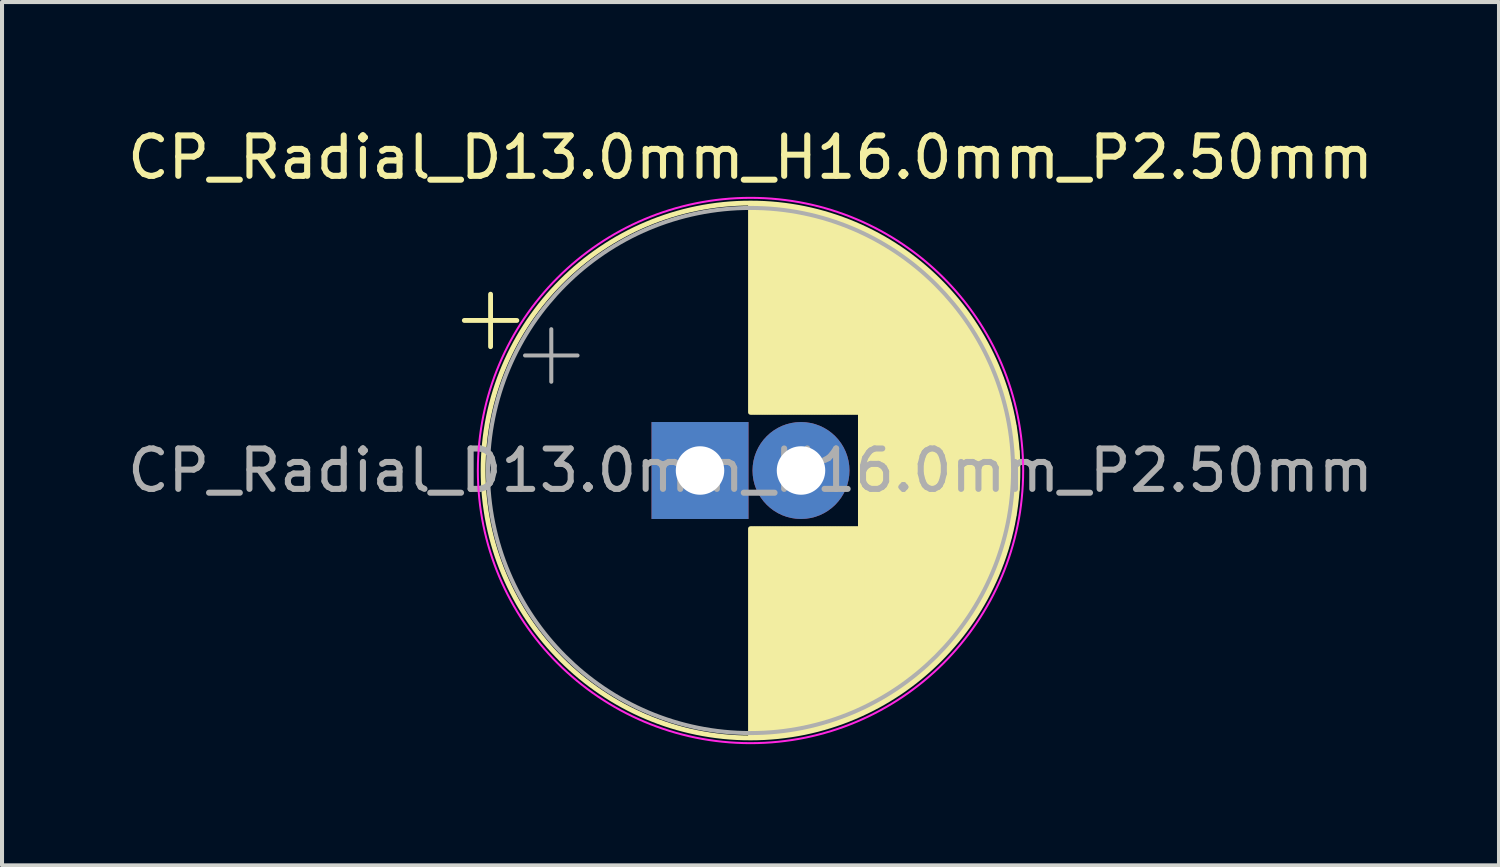
<source format=kicad_pcb>
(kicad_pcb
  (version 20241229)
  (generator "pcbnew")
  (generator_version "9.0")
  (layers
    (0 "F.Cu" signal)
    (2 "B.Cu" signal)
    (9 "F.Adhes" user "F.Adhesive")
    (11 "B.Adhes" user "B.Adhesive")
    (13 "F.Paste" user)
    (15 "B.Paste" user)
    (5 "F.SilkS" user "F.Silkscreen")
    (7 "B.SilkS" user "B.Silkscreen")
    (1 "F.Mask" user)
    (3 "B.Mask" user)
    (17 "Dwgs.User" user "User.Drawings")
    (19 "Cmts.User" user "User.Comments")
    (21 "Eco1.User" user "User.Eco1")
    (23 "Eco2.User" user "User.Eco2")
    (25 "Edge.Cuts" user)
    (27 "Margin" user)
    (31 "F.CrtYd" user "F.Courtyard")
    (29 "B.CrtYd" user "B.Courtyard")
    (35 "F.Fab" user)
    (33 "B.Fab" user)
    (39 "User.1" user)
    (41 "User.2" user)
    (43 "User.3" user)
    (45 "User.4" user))
  (footprint "CP_Radial_D13.0mm_H16.0mm_P2.50mm"
    (layer "F.Cu")
    (at 14.28 8.598)
    (property "Reference" "CP_Radial_D13.0mm_H16.0mm_P2.50mm" (at 1.25 -7.75 0) (layer "F.SilkS") (effects (font (size 1 1) (thickness 0.15))))
    (attr through_hole)
    (fp_line (start -5.835 -3.715) (end -4.535 -3.715) (stroke (width 0.12) (type solid)) (layer "F.SilkS"))
    (fp_line (start -5.185 -4.365) (end -5.185 -3.065) (stroke (width 0.12) (type solid)) (layer "F.SilkS"))
    (fp_line (start 1.25 -6.58) (end 1.25 -1.44) (stroke (width 0.12) (type solid)) (layer "F.SilkS"))
    (fp_line (start 1.25 1.44) (end 1.25 6.58) (stroke (width 0.12) (type solid)) (layer "F.SilkS"))
    (fp_line (start 1.29 -6.58) (end 1.29 -1.44) (stroke (width 0.12) (type solid)) (layer "F.SilkS"))
    (fp_line (start 1.29 1.44) (end 1.29 6.58) (stroke (width 0.12) (type solid)) (layer "F.SilkS"))
    (fp_line (start 1.33 -6.58) (end 1.33 -1.44) (stroke (width 0.12) (type solid)) (layer "F.SilkS"))
    (fp_line (start 1.33 1.44) (end 1.33 6.58) (stroke (width 0.12) (type solid)) (layer "F.SilkS"))
    (fp_line (start 1.37 -6.579) (end 1.37 -1.44) (stroke (width 0.12) (type solid)) (layer "F.SilkS"))
    (fp_line (start 1.37 1.44) (end 1.37 6.579) (stroke (width 0.12) (type solid)) (layer "F.SilkS"))
    (fp_line (start 1.41 -6.579) (end 1.41 -1.44) (stroke (width 0.12) (type solid)) (layer "F.SilkS"))
    (fp_line (start 1.41 1.44) (end 1.41 6.579) (stroke (width 0.12) (type solid)) (layer "F.SilkS"))
    (fp_line (start 1.45 -6.577) (end 1.45 -1.44) (stroke (width 0.12) (type solid)) (layer "F.SilkS"))
    (fp_line (start 1.45 1.44) (end 1.45 6.577) (stroke (width 0.12) (type solid)) (layer "F.SilkS"))
    (fp_line (start 1.49 -6.576) (end 1.49 -1.44) (stroke (width 0.12) (type solid)) (layer "F.SilkS"))
    (fp_line (start 1.49 1.44) (end 1.49 6.576) (stroke (width 0.12) (type solid)) (layer "F.SilkS"))
    (fp_line (start 1.53 -6.575) (end 1.53 -1.44) (stroke (width 0.12) (type solid)) (layer "F.SilkS"))
    (fp_line (start 1.53 1.44) (end 1.53 6.575) (stroke (width 0.12) (type solid)) (layer "F.SilkS"))
    (fp_line (start 1.57 -6.573) (end 1.57 -1.44) (stroke (width 0.12) (type solid)) (layer "F.SilkS"))
    (fp_line (start 1.57 1.44) (end 1.57 6.573) (stroke (width 0.12) (type solid)) (layer "F.SilkS"))
    (fp_line (start 1.61 -6.571) (end 1.61 -1.44) (stroke (width 0.12) (type solid)) (layer "F.SilkS"))
    (fp_line (start 1.61 1.44) (end 1.61 6.571) (stroke (width 0.12) (type solid)) (layer "F.SilkS"))
    (fp_line (start 1.65 -6.568) (end 1.65 -1.44) (stroke (width 0.12) (type solid)) (layer "F.SilkS"))
    (fp_line (start 1.65 1.44) (end 1.65 6.568) (stroke (width 0.12) (type solid)) (layer "F.SilkS"))
    (fp_line (start 1.69 -6.566) (end 1.69 -1.44) (stroke (width 0.12) (type solid)) (layer "F.SilkS"))
    (fp_line (start 1.69 1.44) (end 1.69 6.566) (stroke (width 0.12) (type solid)) (layer "F.SilkS"))
    (fp_line (start 1.73 -6.563) (end 1.73 -1.44) (stroke (width 0.12) (type solid)) (layer "F.SilkS"))
    (fp_line (start 1.73 1.44) (end 1.73 6.563) (stroke (width 0.12) (type solid)) (layer "F.SilkS"))
    (fp_line (start 1.77 -6.56) (end 1.77 -1.44) (stroke (width 0.12) (type solid)) (layer "F.SilkS"))
    (fp_line (start 1.77 1.44) (end 1.77 6.56) (stroke (width 0.12) (type solid)) (layer "F.SilkS"))
    (fp_line (start 1.81 -6.557) (end 1.81 -1.44) (stroke (width 0.12) (type solid)) (layer "F.SilkS"))
    (fp_line (start 1.81 1.44) (end 1.81 6.557) (stroke (width 0.12) (type solid)) (layer "F.SilkS"))
    (fp_line (start 1.85 -6.553) (end 1.85 -1.44) (stroke (width 0.12) (type solid)) (layer "F.SilkS"))
    (fp_line (start 1.85 1.44) (end 1.85 6.553) (stroke (width 0.12) (type solid)) (layer "F.SilkS"))
    (fp_line (start 1.89 -6.549) (end 1.89 -1.44) (stroke (width 0.12) (type solid)) (layer "F.SilkS"))
    (fp_line (start 1.89 1.44) (end 1.89 6.549) (stroke (width 0.12) (type solid)) (layer "F.SilkS"))
    (fp_line (start 1.93 -6.545) (end 1.93 -1.44) (stroke (width 0.12) (type solid)) (layer "F.SilkS"))
    (fp_line (start 1.93 1.44) (end 1.93 6.545) (stroke (width 0.12) (type solid)) (layer "F.SilkS"))
    (fp_line (start 1.971 -6.541) (end 1.971 -1.44) (stroke (width 0.12) (type solid)) (layer "F.SilkS"))
    (fp_line (start 1.971 1.44) (end 1.971 6.541) (stroke (width 0.12) (type solid)) (layer "F.SilkS"))
    (fp_line (start 2.011 -6.537) (end 2.011 -1.44) (stroke (width 0.12) (type solid)) (layer "F.SilkS"))
    (fp_line (start 2.011 1.44) (end 2.011 6.537) (stroke (width 0.12) (type solid)) (layer "F.SilkS"))
    (fp_line (start 2.051 -6.532) (end 2.051 -1.44) (stroke (width 0.12) (type solid)) (layer "F.SilkS"))
    (fp_line (start 2.051 1.44) (end 2.051 6.532) (stroke (width 0.12) (type solid)) (layer "F.SilkS"))
    (fp_line (start 2.091 -6.527) (end 2.091 -1.44) (stroke (width 0.12) (type solid)) (layer "F.SilkS"))
    (fp_line (start 2.091 1.44) (end 2.091 6.527) (stroke (width 0.12) (type solid)) (layer "F.SilkS"))
    (fp_line (start 2.131 -6.522) (end 2.131 -1.44) (stroke (width 0.12) (type solid)) (layer "F.SilkS"))
    (fp_line (start 2.131 1.44) (end 2.131 6.522) (stroke (width 0.12) (type solid)) (layer "F.SilkS"))
    (fp_line (start 2.171 -6.516) (end 2.171 -1.44) (stroke (width 0.12) (type solid)) (layer "F.SilkS"))
    (fp_line (start 2.171 1.44) (end 2.171 6.516) (stroke (width 0.12) (type solid)) (layer "F.SilkS"))
    (fp_line (start 2.211 -6.511) (end 2.211 -1.44) (stroke (width 0.12) (type solid)) (layer "F.SilkS"))
    (fp_line (start 2.211 1.44) (end 2.211 6.511) (stroke (width 0.12) (type solid)) (layer "F.SilkS"))
    (fp_line (start 2.251 -6.505) (end 2.251 -1.44) (stroke (width 0.12) (type solid)) (layer "F.SilkS"))
    (fp_line (start 2.251 1.44) (end 2.251 6.505) (stroke (width 0.12) (type solid)) (layer "F.SilkS"))
    (fp_line (start 2.291 -6.498) (end 2.291 -1.44) (stroke (width 0.12) (type solid)) (layer "F.SilkS"))
    (fp_line (start 2.291 1.44) (end 2.291 6.498) (stroke (width 0.12) (type solid)) (layer "F.SilkS"))
    (fp_line (start 2.331 -6.492) (end 2.331 -1.44) (stroke (width 0.12) (type solid)) (layer "F.SilkS"))
    (fp_line (start 2.331 1.44) (end 2.331 6.492) (stroke (width 0.12) (type solid)) (layer "F.SilkS"))
    (fp_line (start 2.371 -6.485) (end 2.371 -1.44) (stroke (width 0.12) (type solid)) (layer "F.SilkS"))
    (fp_line (start 2.371 1.44) (end 2.371 6.485) (stroke (width 0.12) (type solid)) (layer "F.SilkS"))
    (fp_line (start 2.411 -6.478) (end 2.411 -1.44) (stroke (width 0.12) (type solid)) (layer "F.SilkS"))
    (fp_line (start 2.411 1.44) (end 2.411 6.478) (stroke (width 0.12) (type solid)) (layer "F.SilkS"))
    (fp_line (start 2.451 -6.471) (end 2.451 -1.44) (stroke (width 0.12) (type solid)) (layer "F.SilkS"))
    (fp_line (start 2.451 1.44) (end 2.451 6.471) (stroke (width 0.12) (type solid)) (layer "F.SilkS"))
    (fp_line (start 2.491 -6.463) (end 2.491 -1.44) (stroke (width 0.12) (type solid)) (layer "F.SilkS"))
    (fp_line (start 2.491 1.44) (end 2.491 6.463) (stroke (width 0.12) (type solid)) (layer "F.SilkS"))
    (fp_line (start 2.531 -6.456) (end 2.531 -1.44) (stroke (width 0.12) (type solid)) (layer "F.SilkS"))
    (fp_line (start 2.531 1.44) (end 2.531 6.456) (stroke (width 0.12) (type solid)) (layer "F.SilkS"))
    (fp_line (start 2.571 -6.448) (end 2.571 -1.44) (stroke (width 0.12) (type solid)) (layer "F.SilkS"))
    (fp_line (start 2.571 1.44) (end 2.571 6.448) (stroke (width 0.12) (type solid)) (layer "F.SilkS"))
    (fp_line (start 2.611 -6.439) (end 2.611 -1.44) (stroke (width 0.12) (type solid)) (layer "F.SilkS"))
    (fp_line (start 2.611 1.44) (end 2.611 6.439) (stroke (width 0.12) (type solid)) (layer "F.SilkS"))
    (fp_line (start 2.651 -6.431) (end 2.651 -1.44) (stroke (width 0.12) (type solid)) (layer "F.SilkS"))
    (fp_line (start 2.651 1.44) (end 2.651 6.431) (stroke (width 0.12) (type solid)) (layer "F.SilkS"))
    (fp_line (start 2.691 -6.422) (end 2.691 -1.44) (stroke (width 0.12) (type solid)) (layer "F.SilkS"))
    (fp_line (start 2.691 1.44) (end 2.691 6.422) (stroke (width 0.12) (type solid)) (layer "F.SilkS"))
    (fp_line (start 2.731 -6.413) (end 2.731 -1.44) (stroke (width 0.12) (type solid)) (layer "F.SilkS"))
    (fp_line (start 2.731 1.44) (end 2.731 6.413) (stroke (width 0.12) (type solid)) (layer "F.SilkS"))
    (fp_line (start 2.771 -6.404) (end 2.771 -1.44) (stroke (width 0.12) (type solid)) (layer "F.SilkS"))
    (fp_line (start 2.771 1.44) (end 2.771 6.404) (stroke (width 0.12) (type solid)) (layer "F.SilkS"))
    (fp_line (start 2.811 -6.394) (end 2.811 -1.44) (stroke (width 0.12) (type solid)) (layer "F.SilkS"))
    (fp_line (start 2.811 1.44) (end 2.811 6.394) (stroke (width 0.12) (type solid)) (layer "F.SilkS"))
    (fp_line (start 2.851 -6.384) (end 2.851 -1.44) (stroke (width 0.12) (type solid)) (layer "F.SilkS"))
    (fp_line (start 2.851 1.44) (end 2.851 6.384) (stroke (width 0.12) (type solid)) (layer "F.SilkS"))
    (fp_line (start 2.891 -6.374) (end 2.891 -1.44) (stroke (width 0.12) (type solid)) (layer "F.SilkS"))
    (fp_line (start 2.891 1.44) (end 2.891 6.374) (stroke (width 0.12) (type solid)) (layer "F.SilkS"))
    (fp_line (start 2.931 -6.364) (end 2.931 -1.44) (stroke (width 0.12) (type solid)) (layer "F.SilkS"))
    (fp_line (start 2.931 1.44) (end 2.931 6.364) (stroke (width 0.12) (type solid)) (layer "F.SilkS"))
    (fp_line (start 2.971 -6.353) (end 2.971 -1.44) (stroke (width 0.12) (type solid)) (layer "F.SilkS"))
    (fp_line (start 2.971 1.44) (end 2.971 6.353) (stroke (width 0.12) (type solid)) (layer "F.SilkS"))
    (fp_line (start 3.011 -6.342) (end 3.011 -1.44) (stroke (width 0.12) (type solid)) (layer "F.SilkS"))
    (fp_line (start 3.011 1.44) (end 3.011 6.342) (stroke (width 0.12) (type solid)) (layer "F.SilkS"))
    (fp_line (start 3.051 -6.331) (end 3.051 -1.44) (stroke (width 0.12) (type solid)) (layer "F.SilkS"))
    (fp_line (start 3.051 1.44) (end 3.051 6.331) (stroke (width 0.12) (type solid)) (layer "F.SilkS"))
    (fp_line (start 3.091 -6.32) (end 3.091 -1.44) (stroke (width 0.12) (type solid)) (layer "F.SilkS"))
    (fp_line (start 3.091 1.44) (end 3.091 6.32) (stroke (width 0.12) (type solid)) (layer "F.SilkS"))
    (fp_line (start 3.131 -6.308) (end 3.131 -1.44) (stroke (width 0.12) (type solid)) (layer "F.SilkS"))
    (fp_line (start 3.131 1.44) (end 3.131 6.308) (stroke (width 0.12) (type solid)) (layer "F.SilkS"))
    (fp_line (start 3.171 -6.296) (end 3.171 -1.44) (stroke (width 0.12) (type solid)) (layer "F.SilkS"))
    (fp_line (start 3.171 1.44) (end 3.171 6.296) (stroke (width 0.12) (type solid)) (layer "F.SilkS"))
    (fp_line (start 3.211 -6.284) (end 3.211 -1.44) (stroke (width 0.12) (type solid)) (layer "F.SilkS"))
    (fp_line (start 3.211 1.44) (end 3.211 6.284) (stroke (width 0.12) (type solid)) (layer "F.SilkS"))
    (fp_line (start 3.251 -6.271) (end 3.251 -1.44) (stroke (width 0.12) (type solid)) (layer "F.SilkS"))
    (fp_line (start 3.251 1.44) (end 3.251 6.271) (stroke (width 0.12) (type solid)) (layer "F.SilkS"))
    (fp_line (start 3.291 -6.258) (end 3.291 -1.44) (stroke (width 0.12) (type solid)) (layer "F.SilkS"))
    (fp_line (start 3.291 1.44) (end 3.291 6.258) (stroke (width 0.12) (type solid)) (layer "F.SilkS"))
    (fp_line (start 3.331 -6.245) (end 3.331 -1.44) (stroke (width 0.12) (type solid)) (layer "F.SilkS"))
    (fp_line (start 3.331 1.44) (end 3.331 6.245) (stroke (width 0.12) (type solid)) (layer "F.SilkS"))
    (fp_line (start 3.371 -6.232) (end 3.371 -1.44) (stroke (width 0.12) (type solid)) (layer "F.SilkS"))
    (fp_line (start 3.371 1.44) (end 3.371 6.232) (stroke (width 0.12) (type solid)) (layer "F.SilkS"))
    (fp_line (start 3.411 -6.218) (end 3.411 -1.44) (stroke (width 0.12) (type solid)) (layer "F.SilkS"))
    (fp_line (start 3.411 1.44) (end 3.411 6.218) (stroke (width 0.12) (type solid)) (layer "F.SilkS"))
    (fp_line (start 3.451 -6.204) (end 3.451 -1.44) (stroke (width 0.12) (type solid)) (layer "F.SilkS"))
    (fp_line (start 3.451 1.44) (end 3.451 6.204) (stroke (width 0.12) (type solid)) (layer "F.SilkS"))
    (fp_line (start 3.491 -6.19) (end 3.491 -1.44) (stroke (width 0.12) (type solid)) (layer "F.SilkS"))
    (fp_line (start 3.491 1.44) (end 3.491 6.19) (stroke (width 0.12) (type solid)) (layer "F.SilkS"))
    (fp_line (start 3.531 -6.175) (end 3.531 -1.44) (stroke (width 0.12) (type solid)) (layer "F.SilkS"))
    (fp_line (start 3.531 1.44) (end 3.531 6.175) (stroke (width 0.12) (type solid)) (layer "F.SilkS"))
    (fp_line (start 3.571 -6.161) (end 3.571 -1.44) (stroke (width 0.12) (type solid)) (layer "F.SilkS"))
    (fp_line (start 3.571 1.44) (end 3.571 6.161) (stroke (width 0.12) (type solid)) (layer "F.SilkS"))
    (fp_line (start 3.611 -6.146) (end 3.611 -1.44) (stroke (width 0.12) (type solid)) (layer "F.SilkS"))
    (fp_line (start 3.611 1.44) (end 3.611 6.146) (stroke (width 0.12) (type solid)) (layer "F.SilkS"))
    (fp_line (start 3.651 -6.13) (end 3.651 -1.44) (stroke (width 0.12) (type solid)) (layer "F.SilkS"))
    (fp_line (start 3.651 1.44) (end 3.651 6.13) (stroke (width 0.12) (type solid)) (layer "F.SilkS"))
    (fp_line (start 3.691 -6.114) (end 3.691 -1.44) (stroke (width 0.12) (type solid)) (layer "F.SilkS"))
    (fp_line (start 3.691 1.44) (end 3.691 6.114) (stroke (width 0.12) (type solid)) (layer "F.SilkS"))
    (fp_line (start 3.731 -6.098) (end 3.731 -1.44) (stroke (width 0.12) (type solid)) (layer "F.SilkS"))
    (fp_line (start 3.731 1.44) (end 3.731 6.098) (stroke (width 0.12) (type solid)) (layer "F.SilkS"))
    (fp_line (start 3.771 -6.082) (end 3.771 -1.44) (stroke (width 0.12) (type solid)) (layer "F.SilkS"))
    (fp_line (start 3.771 1.44) (end 3.771 6.082) (stroke (width 0.12) (type solid)) (layer "F.SilkS"))
    (fp_line (start 3.811 -6.065) (end 3.811 -1.44) (stroke (width 0.12) (type solid)) (layer "F.SilkS"))
    (fp_line (start 3.811 1.44) (end 3.811 6.065) (stroke (width 0.12) (type solid)) (layer "F.SilkS"))
    (fp_line (start 3.851 -6.049) (end 3.851 -1.44) (stroke (width 0.12) (type solid)) (layer "F.SilkS"))
    (fp_line (start 3.851 1.44) (end 3.851 6.049) (stroke (width 0.12) (type solid)) (layer "F.SilkS"))
    (fp_line (start 3.891 -6.031) (end 3.891 -1.44) (stroke (width 0.12) (type solid)) (layer "F.SilkS"))
    (fp_line (start 3.891 1.44) (end 3.891 6.031) (stroke (width 0.12) (type solid)) (layer "F.SilkS"))
    (fp_line (start 3.931 -6.014) (end 3.931 -1.44) (stroke (width 0.12) (type solid)) (layer "F.SilkS"))
    (fp_line (start 3.931 1.44) (end 3.931 6.014) (stroke (width 0.12) (type solid)) (layer "F.SilkS"))
    (fp_line (start 3.971 -5.996) (end 3.971 5.996) (stroke (width 0.12) (type solid)) (layer "F.SilkS"))
    (fp_line (start 4.011 -5.978) (end 4.011 5.978) (stroke (width 0.12) (type solid)) (layer "F.SilkS"))
    (fp_line (start 4.051 -5.959) (end 4.051 5.959) (stroke (width 0.12) (type solid)) (layer "F.SilkS"))
    (fp_line (start 4.091 -5.94) (end 4.091 5.94) (stroke (width 0.12) (type solid)) (layer "F.SilkS"))
    (fp_line (start 4.131 -5.921) (end 4.131 5.921) (stroke (width 0.12) (type solid)) (layer "F.SilkS"))
    (fp_line (start 4.171 -5.902) (end 4.171 5.902) (stroke (width 0.12) (type solid)) (layer "F.SilkS"))
    (fp_line (start 4.211 -5.882) (end 4.211 5.882) (stroke (width 0.12) (type solid)) (layer "F.SilkS"))
    (fp_line (start 4.251 -5.862) (end 4.251 5.862) (stroke (width 0.12) (type solid)) (layer "F.SilkS"))
    (fp_line (start 4.291 -5.841) (end 4.291 5.841) (stroke (width 0.12) (type solid)) (layer "F.SilkS"))
    (fp_line (start 4.331 -5.82) (end 4.331 5.82) (stroke (width 0.12) (type solid)) (layer "F.SilkS"))
    (fp_line (start 4.371 -5.799) (end 4.371 5.799) (stroke (width 0.12) (type solid)) (layer "F.SilkS"))
    (fp_line (start 4.411 -5.778) (end 4.411 5.778) (stroke (width 0.12) (type solid)) (layer "F.SilkS"))
    (fp_line (start 4.451 -5.756) (end 4.451 5.756) (stroke (width 0.12) (type solid)) (layer "F.SilkS"))
    (fp_line (start 4.491 -5.733) (end 4.491 5.733) (stroke (width 0.12) (type solid)) (layer "F.SilkS"))
    (fp_line (start 4.531 -5.711) (end 4.531 5.711) (stroke (width 0.12) (type solid)) (layer "F.SilkS"))
    (fp_line (start 4.571 -5.688) (end 4.571 5.688) (stroke (width 0.12) (type solid)) (layer "F.SilkS"))
    (fp_line (start 4.611 -5.664) (end 4.611 5.664) (stroke (width 0.12) (type solid)) (layer "F.SilkS"))
    (fp_line (start 4.651 -5.641) (end 4.651 5.641) (stroke (width 0.12) (type solid)) (layer "F.SilkS"))
    (fp_line (start 4.691 -5.617) (end 4.691 5.617) (stroke (width 0.12) (type solid)) (layer "F.SilkS"))
    (fp_line (start 4.731 -5.592) (end 4.731 5.592) (stroke (width 0.12) (type solid)) (layer "F.SilkS"))
    (fp_line (start 4.771 -5.567) (end 4.771 5.567) (stroke (width 0.12) (type solid)) (layer "F.SilkS"))
    (fp_line (start 4.811 -5.542) (end 4.811 5.542) (stroke (width 0.12) (type solid)) (layer "F.SilkS"))
    (fp_line (start 4.851 -5.516) (end 4.851 5.516) (stroke (width 0.12) (type solid)) (layer "F.SilkS"))
    (fp_line (start 4.891 -5.49) (end 4.891 5.49) (stroke (width 0.12) (type solid)) (layer "F.SilkS"))
    (fp_line (start 4.931 -5.463) (end 4.931 5.463) (stroke (width 0.12) (type solid)) (layer "F.SilkS"))
    (fp_line (start 4.971 -5.436) (end 4.971 5.436) (stroke (width 0.12) (type solid)) (layer "F.SilkS"))
    (fp_line (start 5.011 -5.409) (end 5.011 5.409) (stroke (width 0.12) (type solid)) (layer "F.SilkS"))
    (fp_line (start 5.051 -5.381) (end 5.051 5.381) (stroke (width 0.12) (type solid)) (layer "F.SilkS"))
    (fp_line (start 5.091 -5.353) (end 5.091 5.353) (stroke (width 0.12) (type solid)) (layer "F.SilkS"))
    (fp_line (start 5.131 -5.324) (end 5.131 5.324) (stroke (width 0.12) (type solid)) (layer "F.SilkS"))
    (fp_line (start 5.171 -5.295) (end 5.171 5.295) (stroke (width 0.12) (type solid)) (layer "F.SilkS"))
    (fp_line (start 5.211 -5.265) (end 5.211 5.265) (stroke (width 0.12) (type solid)) (layer "F.SilkS"))
    (fp_line (start 5.251 -5.235) (end 5.251 5.235) (stroke (width 0.12) (type solid)) (layer "F.SilkS"))
    (fp_line (start 5.291 -5.205) (end 5.291 5.205) (stroke (width 0.12) (type solid)) (layer "F.SilkS"))
    (fp_line (start 5.331 -5.174) (end 5.331 5.174) (stroke (width 0.12) (type solid)) (layer "F.SilkS"))
    (fp_line (start 5.371 -5.142) (end 5.371 5.142) (stroke (width 0.12) (type solid)) (layer "F.SilkS"))
    (fp_line (start 5.411 -5.11) (end 5.411 5.11) (stroke (width 0.12) (type solid)) (layer "F.SilkS"))
    (fp_line (start 5.451 -5.078) (end 5.451 5.078) (stroke (width 0.12) (type solid)) (layer "F.SilkS"))
    (fp_line (start 5.491 -5.044) (end 5.491 5.044) (stroke (width 0.12) (type solid)) (layer "F.SilkS"))
    (fp_line (start 5.531 -5.011) (end 5.531 5.011) (stroke (width 0.12) (type solid)) (layer "F.SilkS"))
    (fp_line (start 5.571 -4.977) (end 5.571 4.977) (stroke (width 0.12) (type solid)) (layer "F.SilkS"))
    (fp_line (start 5.611 -4.942) (end 5.611 4.942) (stroke (width 0.12) (type solid)) (layer "F.SilkS"))
    (fp_line (start 5.651 -4.907) (end 5.651 4.907) (stroke (width 0.12) (type solid)) (layer "F.SilkS"))
    (fp_line (start 5.691 -4.871) (end 5.691 4.871) (stroke (width 0.12) (type solid)) (layer "F.SilkS"))
    (fp_line (start 5.731 -4.834) (end 5.731 4.834) (stroke (width 0.12) (type solid)) (layer "F.SilkS"))
    (fp_line (start 5.771 -4.797) (end 5.771 4.797) (stroke (width 0.12) (type solid)) (layer "F.SilkS"))
    (fp_line (start 5.811 -4.76) (end 5.811 4.76) (stroke (width 0.12) (type solid)) (layer "F.SilkS"))
    (fp_line (start 5.851 -4.721) (end 5.851 4.721) (stroke (width 0.12) (type solid)) (layer "F.SilkS"))
    (fp_line (start 5.891 -4.682) (end 5.891 4.682) (stroke (width 0.12) (type solid)) (layer "F.SilkS"))
    (fp_line (start 5.931 -4.643) (end 5.931 4.643) (stroke (width 0.12) (type solid)) (layer "F.SilkS"))
    (fp_line (start 5.971 -4.602) (end 5.971 4.602) (stroke (width 0.12) (type solid)) (layer "F.SilkS"))
    (fp_line (start 6.011 -4.561) (end 6.011 4.561) (stroke (width 0.12) (type solid)) (layer "F.SilkS"))
    (fp_line (start 6.051 -4.519) (end 6.051 4.519) (stroke (width 0.12) (type solid)) (layer "F.SilkS"))
    (fp_line (start 6.091 -4.477) (end 6.091 4.477) (stroke (width 0.12) (type solid)) (layer "F.SilkS"))
    (fp_line (start 6.131 -4.434) (end 6.131 4.434) (stroke (width 0.12) (type solid)) (layer "F.SilkS"))
    (fp_line (start 6.171 -4.39) (end 6.171 4.39) (stroke (width 0.12) (type solid)) (layer "F.SilkS"))
    (fp_line (start 6.211 -4.345) (end 6.211 4.345) (stroke (width 0.12) (type solid)) (layer "F.SilkS"))
    (fp_line (start 6.251 -4.299) (end 6.251 4.299) (stroke (width 0.12) (type solid)) (layer "F.SilkS"))
    (fp_line (start 6.291 -4.253) (end 6.291 4.253) (stroke (width 0.12) (type solid)) (layer "F.SilkS"))
    (fp_line (start 6.331 -4.205) (end 6.331 4.205) (stroke (width 0.12) (type solid)) (layer "F.SilkS"))
    (fp_line (start 6.371 -4.157) (end 6.371 4.157) (stroke (width 0.12) (type solid)) (layer "F.SilkS"))
    (fp_line (start 6.411 -4.108) (end 6.411 4.108) (stroke (width 0.12) (type solid)) (layer "F.SilkS"))
    (fp_line (start 6.451 -4.057) (end 6.451 4.057) (stroke (width 0.12) (type solid)) (layer "F.SilkS"))
    (fp_line (start 6.491 -4.006) (end 6.491 4.006) (stroke (width 0.12) (type solid)) (layer "F.SilkS"))
    (fp_line (start 6.531 -3.954) (end 6.531 3.954) (stroke (width 0.12) (type solid)) (layer "F.SilkS"))
    (fp_line (start 6.571 -3.9) (end 6.571 3.9) (stroke (width 0.12) (type solid)) (layer "F.SilkS"))
    (fp_line (start 6.611 -3.846) (end 6.611 3.846) (stroke (width 0.12) (type solid)) (layer "F.SilkS"))
    (fp_line (start 6.651 -3.79) (end 6.651 3.79) (stroke (width 0.12) (type solid)) (layer "F.SilkS"))
    (fp_line (start 6.691 -3.733) (end 6.691 3.733) (stroke (width 0.12) (type solid)) (layer "F.SilkS"))
    (fp_line (start 6.731 -3.675) (end 6.731 3.675) (stroke (width 0.12) (type solid)) (layer "F.SilkS"))
    (fp_line (start 6.771 -3.615) (end 6.771 3.615) (stroke (width 0.12) (type solid)) (layer "F.SilkS"))
    (fp_line (start 6.811 -3.554) (end 6.811 3.554) (stroke (width 0.12) (type solid)) (layer "F.SilkS"))
    (fp_line (start 6.851 -3.491) (end 6.851 3.491) (stroke (width 0.12) (type solid)) (layer "F.SilkS"))
    (fp_line (start 6.891 -3.427) (end 6.891 3.427) (stroke (width 0.12) (type solid)) (layer "F.SilkS"))
    (fp_line (start 6.931 -3.361) (end 6.931 3.361) (stroke (width 0.12) (type solid)) (layer "F.SilkS"))
    (fp_line (start 6.971 -3.293) (end 6.971 3.293) (stroke (width 0.12) (type solid)) (layer "F.SilkS"))
    (fp_line (start 7.011 -3.223) (end 7.011 3.223) (stroke (width 0.12) (type solid)) (layer "F.SilkS"))
    (fp_line (start 7.051 -3.152) (end 7.051 3.152) (stroke (width 0.12) (type solid)) (layer "F.SilkS"))
    (fp_line (start 7.091 -3.078) (end 7.091 3.078) (stroke (width 0.12) (type solid)) (layer "F.SilkS"))
    (fp_line (start 7.131 -3.002) (end 7.131 3.002) (stroke (width 0.12) (type solid)) (layer "F.SilkS"))
    (fp_line (start 7.171 -2.923) (end 7.171 2.923) (stroke (width 0.12) (type solid)) (layer "F.SilkS"))
    (fp_line (start 7.211 -2.842) (end 7.211 2.842) (stroke (width 0.12) (type solid)) (layer "F.SilkS"))
    (fp_line (start 7.251 -2.758) (end 7.251 2.758) (stroke (width 0.12) (type solid)) (layer "F.SilkS"))
    (fp_line (start 7.291 -2.67) (end 7.291 2.67) (stroke (width 0.12) (type solid)) (layer "F.SilkS"))
    (fp_line (start 7.331 -2.579) (end 7.331 2.579) (stroke (width 0.12) (type solid)) (layer "F.SilkS"))
    (fp_line (start 7.371 -2.484) (end 7.371 2.484) (stroke (width 0.12) (type solid)) (layer "F.SilkS"))
    (fp_line (start 7.411 -2.385) (end 7.411 2.385) (stroke (width 0.12) (type solid)) (layer "F.SilkS"))
    (fp_line (start 7.451 -2.281) (end 7.451 2.281) (stroke (width 0.12) (type solid)) (layer "F.SilkS"))
    (fp_line (start 7.491 -2.171) (end 7.491 2.171) (stroke (width 0.12) (type solid)) (layer "F.SilkS"))
    (fp_line (start 7.531 -2.055) (end 7.531 2.055) (stroke (width 0.12) (type solid)) (layer "F.SilkS"))
    (fp_line (start 7.571 -1.931) (end 7.571 1.931) (stroke (width 0.12) (type solid)) (layer "F.SilkS"))
    (fp_line (start 7.611 -1.798) (end 7.611 1.798) (stroke (width 0.12) (type solid)) (layer "F.SilkS"))
    (fp_line (start 7.651 -1.653) (end 7.651 1.653) (stroke (width 0.12) (type solid)) (layer "F.SilkS"))
    (fp_line (start 7.691 -1.494) (end 7.691 1.494) (stroke (width 0.12) (type solid)) (layer "F.SilkS"))
    (fp_line (start 7.731 -1.315) (end 7.731 1.315) (stroke (width 0.12) (type solid)) (layer "F.SilkS"))
    (fp_line (start 7.771 -1.107) (end 7.771 1.107) (stroke (width 0.12) (type solid)) (layer "F.SilkS"))
    (fp_line (start 7.811 -0.85) (end 7.811 0.85) (stroke (width 0.12) (type solid)) (layer "F.SilkS"))
    (fp_line (start 7.851 -0.475) (end 7.851 0.475) (stroke (width 0.12) (type solid)) (layer "F.SilkS"))
    (fp_circle (center 1.25 0) (end 7.87 0) (stroke (width 0.12) (type solid)) (fill no) (layer "F.SilkS"))
    (fp_circle (center 1.25 0) (end 8 0) (stroke (width 0.05) (type solid)) (fill no) (layer "F.CrtYd"))
    (fp_line (start -4.332 -2.848) (end -3.032 -2.848) (stroke (width 0.1) (type solid)) (layer "F.Fab"))
    (fp_line (start -3.682 -3.498) (end -3.682 -2.197) (stroke (width 0.1) (type solid)) (layer "F.Fab"))
    (fp_circle (center 1.25 0) (end 7.75 0) (stroke (width 0.1) (type solid)) (fill no) (layer "F.Fab"))
    (fp_text user "${REFERENCE}" (at 1.25 0 0) (layer "F.Fab") (effects (font (size 1 1) (thickness 0.15))))
    (pad "1" thru_hole rect (at 0 0) (size 2.4 2.4) (drill 1.2) (layers "*.Cu" "*.Mask"))
    (pad "2" thru_hole circle (at 2.5 0) (size 2.4 2.4) (drill 1.2) (layers "*.Cu" "*.Mask")))
  (gr_rect
    (start -3 -3)
    (end 34.06 18.373)
    (stroke (width 0.1) (type default))
    (fill no)
    (layer "Edge.Cuts")))
</source>
